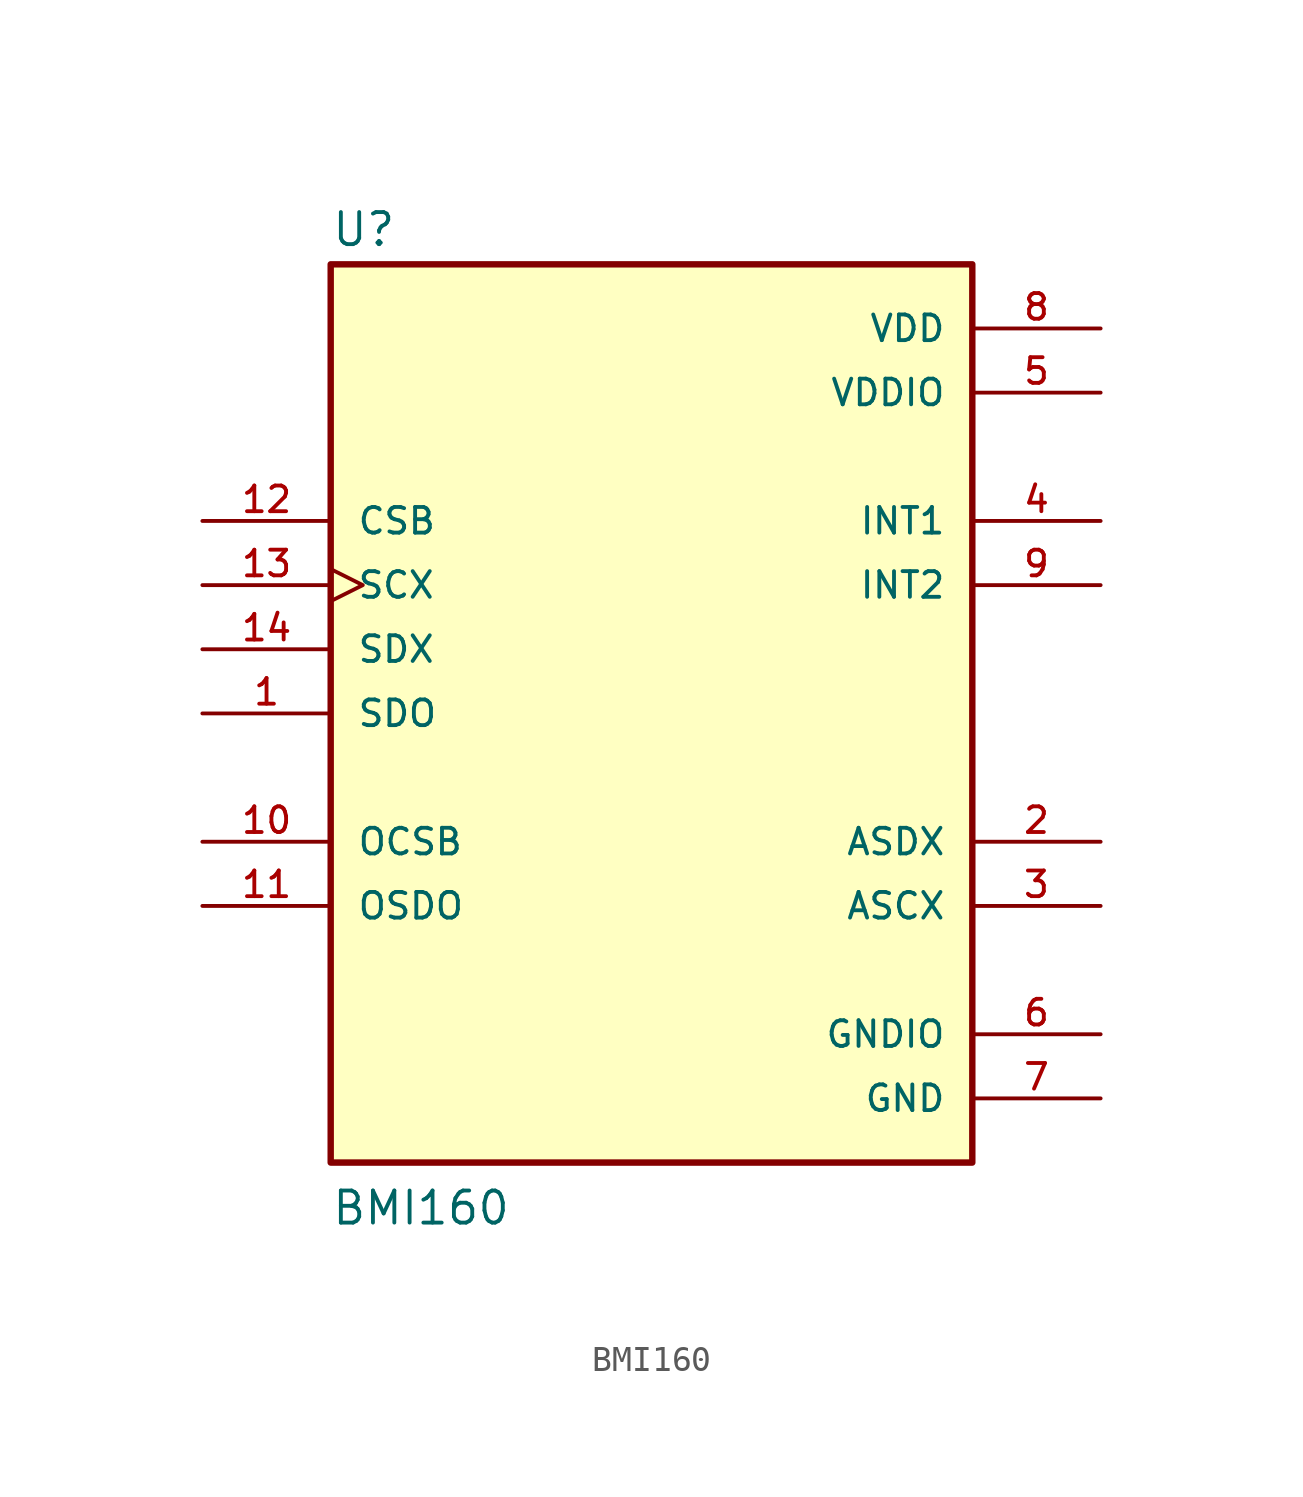
<source format=kicad_sym>
(kicad_symbol_lib
  (version 20211014)
  (generator kicad_symbol_editor)
  (symbol "BMI160"
    (pin_names
      (offset 1.016))
    (property "Reference" "U"
      (at -12.7 18.415 0)
      (effects (font (size 1.27 1.27)) (justify bottom left)))
    (property "Value" "BMI160"
      (at -12.7 -20.32 0)
      (effects (font (size 1.27 1.27)) (justify bottom left)))
    (symbol "BMI160_0_0"
      (rectangle (start -12.7 -17.78) (end 12.7 17.78) (stroke (width 0.254)) (fill (type background)))
      (pin bidirectional line (at -17.78 0.0 0) (length 5.08) (name "SDO" (effects (font (size 1.016 1.016)))) (number "1" (effects (font (size 1.016 1.016)))))
      (pin bidirectional line (at 17.78 -5.08 180.0) (length 5.08) (name "ASDX" (effects (font (size 1.016 1.016)))) (number "2" (effects (font (size 1.016 1.016)))))
      (pin bidirectional line (at 17.78 -7.62 180.0) (length 5.08) (name "ASCX" (effects (font (size 1.016 1.016)))) (number "3" (effects (font (size 1.016 1.016)))))
      (pin bidirectional line (at 17.78 7.62 180.0) (length 5.08) (name "INT1" (effects (font (size 1.016 1.016)))) (number "4" (effects (font (size 1.016 1.016)))))
      (pin power_in line (at 17.78 12.7 180.0) (length 5.08) (name "VDDIO" (effects (font (size 1.016 1.016)))) (number "5" (effects (font (size 1.016 1.016)))))
      (pin power_in line (at 17.78 -12.7 180.0) (length 5.08) (name "GNDIO" (effects (font (size 1.016 1.016)))) (number "6" (effects (font (size 1.016 1.016)))))
      (pin power_in line (at 17.78 -15.24 180.0) (length 5.08) (name "GND" (effects (font (size 1.016 1.016)))) (number "7" (effects (font (size 1.016 1.016)))))
      (pin power_in line (at 17.78 15.24 180.0) (length 5.08) (name "VDD" (effects (font (size 1.016 1.016)))) (number "8" (effects (font (size 1.016 1.016)))))
      (pin bidirectional line (at 17.78 5.08 180.0) (length 5.08) (name "INT2" (effects (font (size 1.016 1.016)))) (number "9" (effects (font (size 1.016 1.016)))))
      (pin input line (at -17.78 -5.08 0) (length 5.08) (name "OCSB" (effects (font (size 1.016 1.016)))) (number "10" (effects (font (size 1.016 1.016)))))
      (pin output line (at -17.78 -7.62 0) (length 5.08) (name "OSDO" (effects (font (size 1.016 1.016)))) (number "11" (effects (font (size 1.016 1.016)))))
      (pin input line (at -17.78 7.62 0) (length 5.08) (name "CSB" (effects (font (size 1.016 1.016)))) (number "12" (effects (font (size 1.016 1.016)))))
      (pin input clock (at -17.78 5.08 0) (length 5.08) (name "SCX" (effects (font (size 1.016 1.016)))) (number "13" (effects (font (size 1.016 1.016)))))
      (pin bidirectional line (at -17.78 2.54 0) (length 5.08) (name "SDX" (effects (font (size 1.016 1.016)))) (number "14" (effects (font (size 1.016 1.016))))))))
</source>
